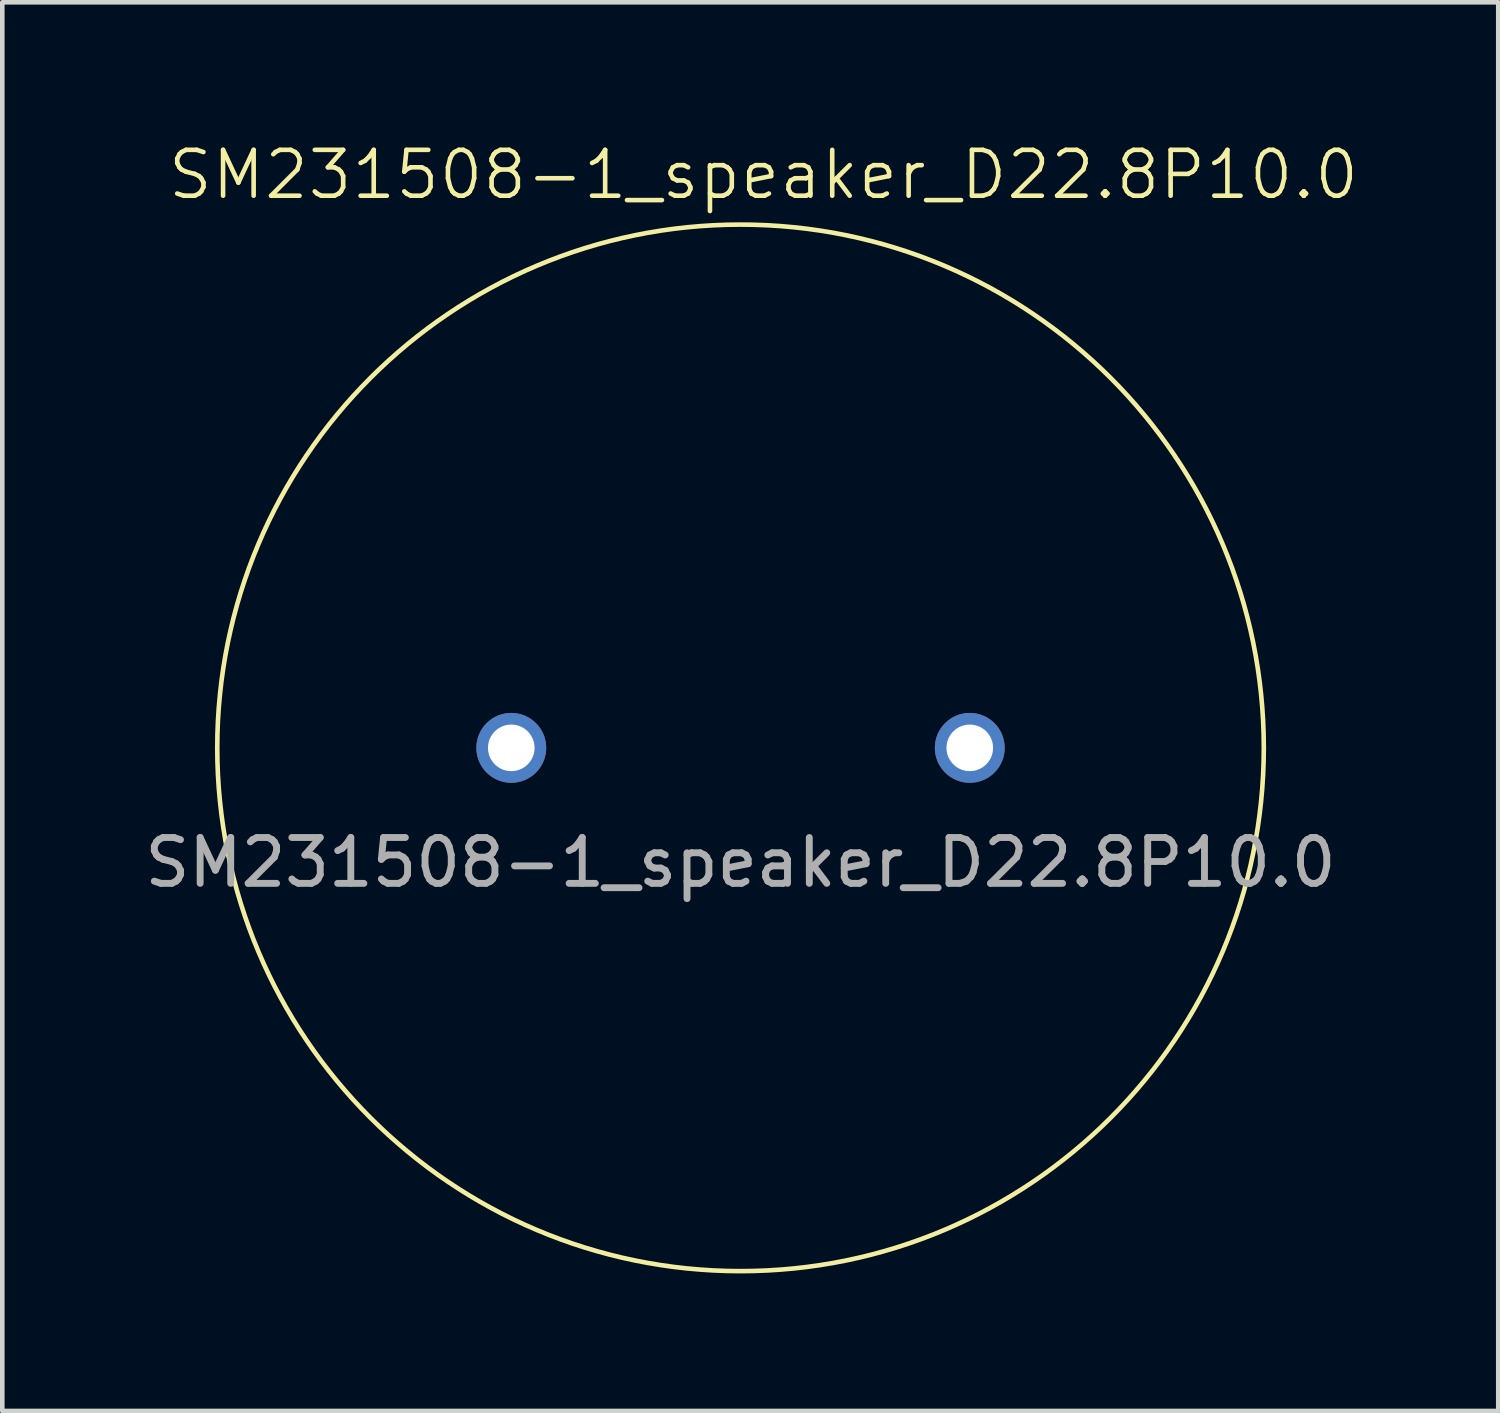
<source format=kicad_pcb>
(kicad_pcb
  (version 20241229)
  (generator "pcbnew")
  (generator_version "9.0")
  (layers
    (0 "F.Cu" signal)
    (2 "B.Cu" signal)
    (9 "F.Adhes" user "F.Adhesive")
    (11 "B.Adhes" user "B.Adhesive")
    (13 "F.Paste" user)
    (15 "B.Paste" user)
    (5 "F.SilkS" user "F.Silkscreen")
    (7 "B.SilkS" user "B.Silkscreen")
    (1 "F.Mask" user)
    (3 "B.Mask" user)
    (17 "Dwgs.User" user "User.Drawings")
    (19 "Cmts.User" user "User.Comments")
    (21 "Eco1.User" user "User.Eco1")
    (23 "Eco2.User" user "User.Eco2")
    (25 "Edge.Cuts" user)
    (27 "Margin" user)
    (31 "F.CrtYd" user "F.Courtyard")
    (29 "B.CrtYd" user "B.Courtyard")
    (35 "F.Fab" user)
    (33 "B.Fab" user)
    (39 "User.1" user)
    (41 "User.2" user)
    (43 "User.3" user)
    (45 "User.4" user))
  (footprint "SM231508-1_speaker_D22.8P10.0"
    (layer "F.Cu")
    (at 13.101 13.261)
    (property "Reference" "SM231508-1_speaker_D22.8P10.0" (at 0.5 -12.5 0) (unlocked yes) (layer "F.SilkS") (effects (font (size 1 1) (thickness 0.1))))
    (attr through_hole)
    (fp_circle (center 0 0) (end 10 5.5) (stroke (width 0.1) (type default)) (fill no) (layer "F.SilkS"))
    (fp_text user "${REFERENCE}" (at 0 2.5 0) (unlocked yes) (layer "F.Fab") (effects (font (size 1 1) (thickness 0.15))))
    (pad "1" thru_hole circle (at -5 0) (size 1.524 1.524) (drill 1.016) (layers "*.Cu" "*.Mask"))
    (pad "2" thru_hole circle (at 5 0) (size 1.524 1.524) (drill 1.016) (layers "*.Cu" "*.Mask")))
  (gr_rect
    (start -3 -3)
    (end 29.627 27.723)
    (stroke (width 0.1) (type default))
    (fill no)
    (layer "Edge.Cuts")))
</source>
